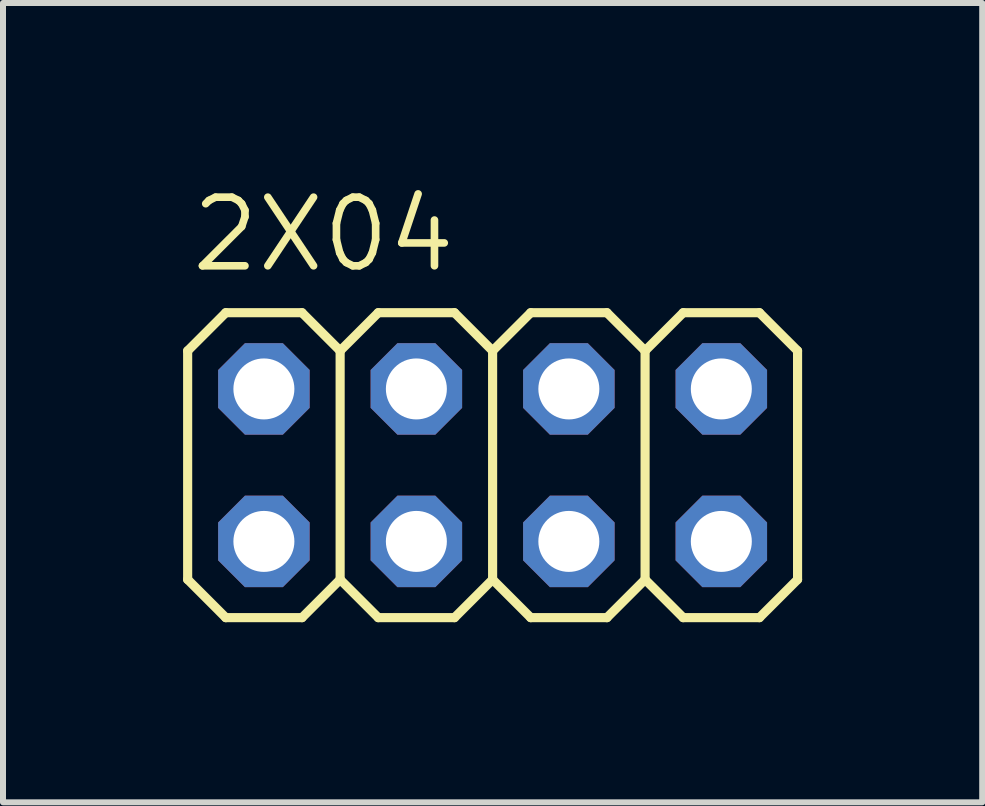
<source format=kicad_pcb>
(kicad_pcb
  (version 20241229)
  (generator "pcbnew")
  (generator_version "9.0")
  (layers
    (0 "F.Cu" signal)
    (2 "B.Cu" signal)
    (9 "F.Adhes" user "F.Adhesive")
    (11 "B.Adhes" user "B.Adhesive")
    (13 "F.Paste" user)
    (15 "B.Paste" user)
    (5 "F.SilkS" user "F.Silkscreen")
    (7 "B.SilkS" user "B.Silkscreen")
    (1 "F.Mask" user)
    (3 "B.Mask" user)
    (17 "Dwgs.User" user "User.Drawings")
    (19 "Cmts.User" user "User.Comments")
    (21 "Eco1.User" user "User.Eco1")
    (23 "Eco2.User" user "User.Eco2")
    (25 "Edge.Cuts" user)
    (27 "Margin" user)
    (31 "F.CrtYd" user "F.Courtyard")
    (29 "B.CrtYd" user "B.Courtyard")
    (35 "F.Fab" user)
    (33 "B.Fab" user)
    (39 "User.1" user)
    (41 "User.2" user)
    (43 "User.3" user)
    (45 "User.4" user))
  (footprint "2X04"
    (layer "F.Cu")
    (at 5.156 4.699)
    (property "Reference" "2X04" (at -5.08 -3.175 0) (unlocked yes) (layer "F.SilkS") (effects (font (size 1.143 1.143) (thickness 0.127)) (justify left bottom)))
    (fp_line (start -5.08 -1.905) (end -4.445 -2.54) (stroke (width 0.152) (type solid)) (layer "F.SilkS"))
    (fp_line (start -5.08 1.905) (end -5.08 -1.905) (stroke (width 0.152) (type solid)) (layer "F.SilkS"))
    (fp_line (start -5.08 1.905) (end -4.445 2.54) (stroke (width 0.152) (type solid)) (layer "F.SilkS"))
    (fp_line (start -4.445 -2.54) (end -3.175 -2.54) (stroke (width 0.152) (type solid)) (layer "F.SilkS"))
    (fp_line (start -4.445 2.54) (end -3.175 2.54) (stroke (width 0.152) (type solid)) (layer "F.SilkS"))
    (fp_line (start -3.175 -2.54) (end -2.54 -1.905) (stroke (width 0.152) (type solid)) (layer "F.SilkS"))
    (fp_line (start -3.175 2.54) (end -2.54 1.905) (stroke (width 0.152) (type solid)) (layer "F.SilkS"))
    (fp_line (start -2.54 -1.905) (end -2.54 1.905) (stroke (width 0.152) (type solid)) (layer "F.SilkS"))
    (fp_line (start -2.54 -1.905) (end -1.905 -2.54) (stroke (width 0.152) (type solid)) (layer "F.SilkS"))
    (fp_line (start -2.54 1.905) (end -1.905 2.54) (stroke (width 0.152) (type solid)) (layer "F.SilkS"))
    (fp_line (start -1.905 -2.54) (end -0.635 -2.54) (stroke (width 0.152) (type solid)) (layer "F.SilkS"))
    (fp_line (start -1.905 2.54) (end -0.635 2.54) (stroke (width 0.152) (type solid)) (layer "F.SilkS"))
    (fp_line (start -0.635 -2.54) (end 0 -1.905) (stroke (width 0.152) (type solid)) (layer "F.SilkS"))
    (fp_line (start -0.635 2.54) (end 0 1.905) (stroke (width 0.152) (type solid)) (layer "F.SilkS"))
    (fp_line (start 0 -1.905) (end 0 1.905) (stroke (width 0.152) (type solid)) (layer "F.SilkS"))
    (fp_line (start 0 -1.905) (end 0.635 -2.54) (stroke (width 0.152) (type solid)) (layer "F.SilkS"))
    (fp_line (start 0 1.905) (end 0.635 2.54) (stroke (width 0.152) (type solid)) (layer "F.SilkS"))
    (fp_line (start 0.635 -2.54) (end 1.905 -2.54) (stroke (width 0.152) (type solid)) (layer "F.SilkS"))
    (fp_line (start 0.635 2.54) (end 1.905 2.54) (stroke (width 0.152) (type solid)) (layer "F.SilkS"))
    (fp_line (start 1.905 -2.54) (end 2.54 -1.905) (stroke (width 0.152) (type solid)) (layer "F.SilkS"))
    (fp_line (start 1.905 2.54) (end 2.54 1.905) (stroke (width 0.152) (type solid)) (layer "F.SilkS"))
    (fp_line (start 2.54 -1.905) (end 2.54 1.905) (stroke (width 0.152) (type solid)) (layer "F.SilkS"))
    (fp_line (start 2.54 -1.905) (end 3.175 -2.54) (stroke (width 0.152) (type solid)) (layer "F.SilkS"))
    (fp_line (start 2.54 1.905) (end 3.175 2.54) (stroke (width 0.152) (type solid)) (layer "F.SilkS"))
    (fp_line (start 3.175 -2.54) (end 4.445 -2.54) (stroke (width 0.152) (type solid)) (layer "F.SilkS"))
    (fp_line (start 3.175 2.54) (end 4.445 2.54) (stroke (width 0.152) (type solid)) (layer "F.SilkS"))
    (fp_line (start 4.445 -2.54) (end 5.08 -1.905) (stroke (width 0.152) (type solid)) (layer "F.SilkS"))
    (fp_line (start 4.445 2.54) (end 5.08 1.905) (stroke (width 0.152) (type solid)) (layer "F.SilkS"))
    (fp_line (start 5.08 -1.905) (end 5.08 1.905) (stroke (width 0.152) (type solid)) (layer "F.SilkS"))
    (fp_poly (pts (xy -4.064 -1.016) (xy -3.556 -1.016) (xy -3.556 -1.524) (xy -4.064 -1.524)) (stroke (width 0.1) (type default)) (fill no) (layer "F.Fab"))
    (fp_poly (pts (xy -4.064 1.524) (xy -3.556 1.524) (xy -3.556 1.016) (xy -4.064 1.016)) (stroke (width 0.1) (type default)) (fill no) (layer "F.Fab"))
    (fp_poly (pts (xy -1.524 -1.016) (xy -1.016 -1.016) (xy -1.016 -1.524) (xy -1.524 -1.524)) (stroke (width 0.1) (type default)) (fill no) (layer "F.Fab"))
    (fp_poly (pts (xy -1.524 1.524) (xy -1.016 1.524) (xy -1.016 1.016) (xy -1.524 1.016)) (stroke (width 0.1) (type default)) (fill no) (layer "F.Fab"))
    (fp_poly (pts (xy 1.016 -1.016) (xy 1.524 -1.016) (xy 1.524 -1.524) (xy 1.016 -1.524)) (stroke (width 0.1) (type default)) (fill no) (layer "F.Fab"))
    (fp_poly (pts (xy 1.016 1.524) (xy 1.524 1.524) (xy 1.524 1.016) (xy 1.016 1.016)) (stroke (width 0.1) (type default)) (fill no) (layer "F.Fab"))
    (fp_poly (pts (xy 3.556 -1.016) (xy 4.064 -1.016) (xy 4.064 -1.524) (xy 3.556 -1.524)) (stroke (width 0.1) (type default)) (fill no) (layer "F.Fab"))
    (fp_poly (pts (xy 3.556 1.524) (xy 4.064 1.524) (xy 4.064 1.016) (xy 3.556 1.016)) (stroke (width 0.1) (type default)) (fill no) (layer "F.Fab"))
    (pad "1" thru_hole roundrect (at -3.81 1.27) (size 1.524 1.524) (drill 1.016) (layers "*.Cu" "*.Mask") (roundrect_rratio 0.25) (chamfer_ratio 0.293) (chamfer top_left top_right bottom_left bottom_right))
    (pad "2" thru_hole roundrect (at -3.81 -1.27) (size 1.524 1.524) (drill 1.016) (layers "*.Cu" "*.Mask") (roundrect_rratio 0.25) (chamfer_ratio 0.293) (chamfer top_left top_right bottom_left bottom_right))
    (pad "3" thru_hole roundrect (at -1.27 1.27) (size 1.524 1.524) (drill 1.016) (layers "*.Cu" "*.Mask") (roundrect_rratio 0.25) (chamfer_ratio 0.293) (chamfer top_left top_right bottom_left bottom_right))
    (pad "4" thru_hole roundrect (at -1.27 -1.27) (size 1.524 1.524) (drill 1.016) (layers "*.Cu" "*.Mask") (roundrect_rratio 0.25) (chamfer_ratio 0.293) (chamfer top_left top_right bottom_left bottom_right))
    (pad "5" thru_hole roundrect (at 1.27 1.27) (size 1.524 1.524) (drill 1.016) (layers "*.Cu" "*.Mask") (roundrect_rratio 0.25) (chamfer_ratio 0.293) (chamfer top_left top_right bottom_left bottom_right))
    (pad "6" thru_hole roundrect (at 1.27 -1.27) (size 1.524 1.524) (drill 1.016) (layers "*.Cu" "*.Mask") (roundrect_rratio 0.25) (chamfer_ratio 0.293) (chamfer top_left top_right bottom_left bottom_right))
    (pad "7" thru_hole roundrect (at 3.81 1.27) (size 1.524 1.524) (drill 1.016) (layers "*.Cu" "*.Mask") (roundrect_rratio 0.25) (chamfer_ratio 0.293) (chamfer top_left top_right bottom_left bottom_right))
    (pad "8" thru_hole roundrect (at 3.81 -1.27) (size 1.524 1.524) (drill 1.016) (layers "*.Cu" "*.Mask") (roundrect_rratio 0.25) (chamfer_ratio 0.293) (chamfer top_left top_right bottom_left bottom_right)))
  (gr_rect
    (start -3 -3)
    (end 13.312 10.315)
    (stroke (width 0.1) (type default))
    (fill no)
    (layer "Edge.Cuts")))
</source>
